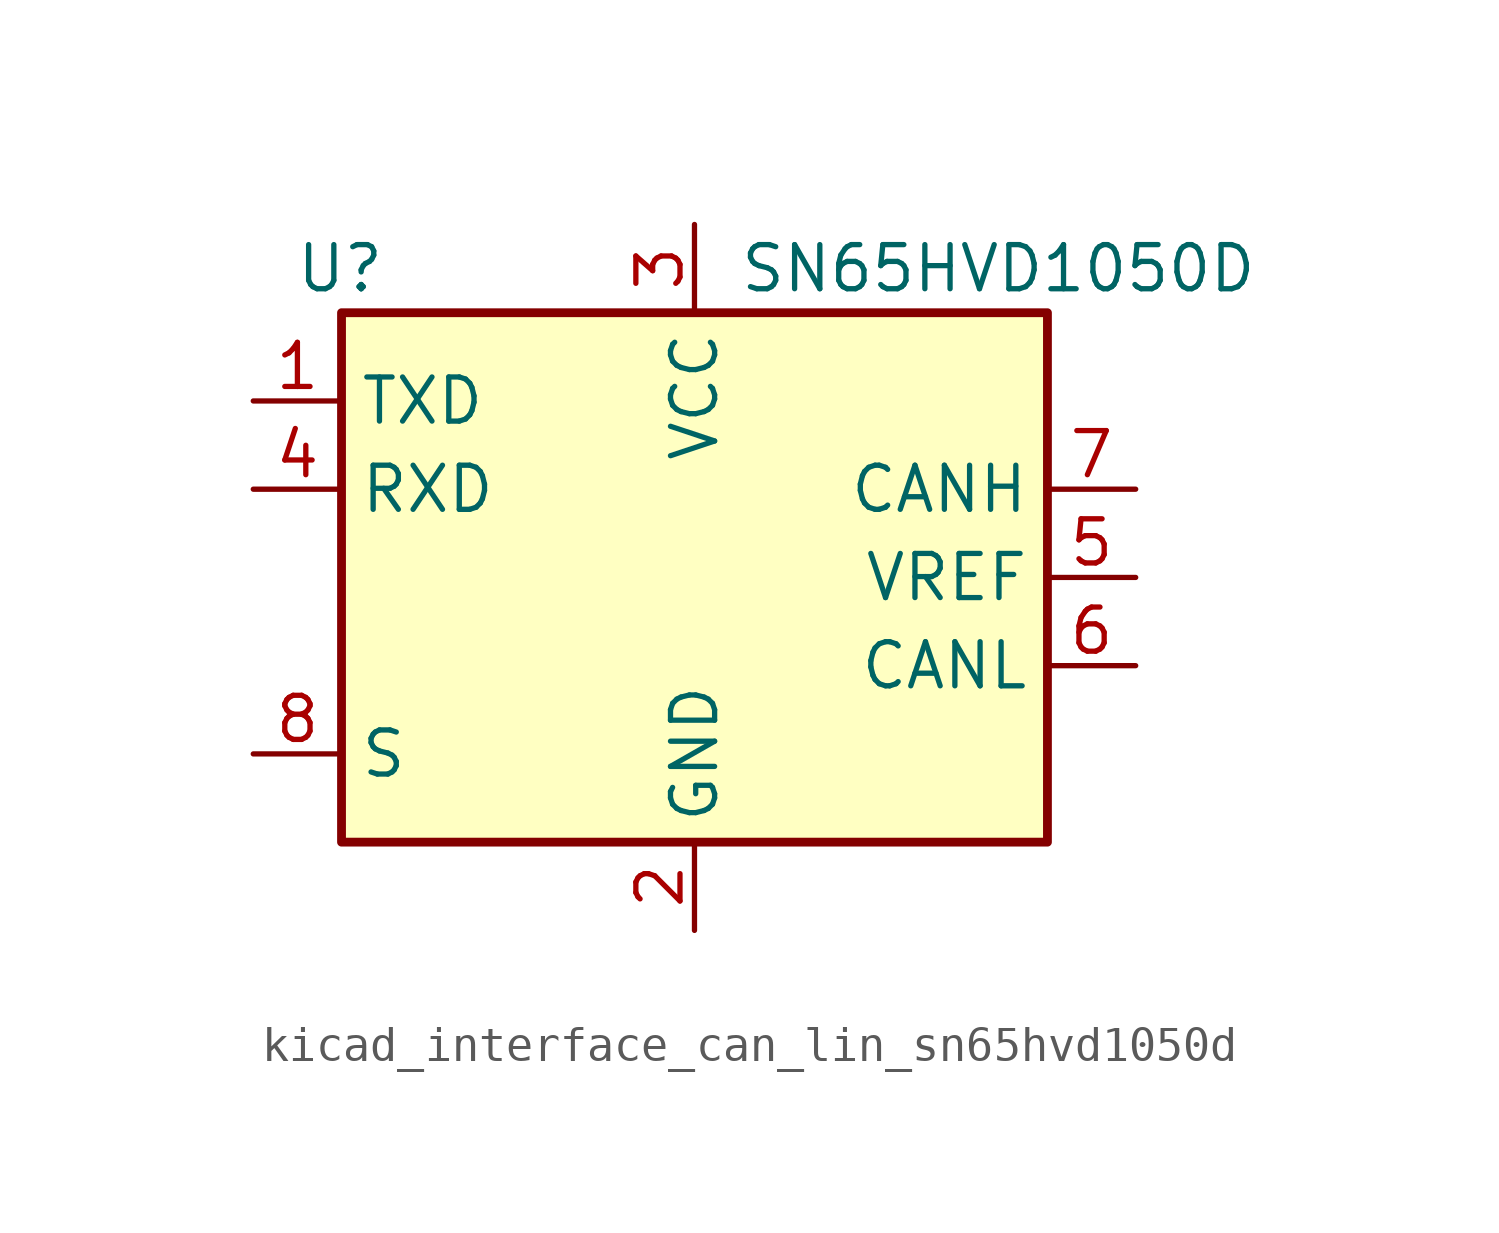
<source format=kicad_sym>
(kicad_symbol_lib
  (version 20220914)
  (generator kicad_symbol_editor)
  (symbol "kicad_interface_can_lin_sn65hvd1050d"
    (property "Reference" "U"
      (at -8.89 8.89 0)
      (effects (font (size 1.27 1.27)) (justify right)))
    (property "Value" "SN65HVD1050D"
      (at 1.27 8.89 0)
      (effects (font (size 1.27 1.27)) (justify left)))
    (symbol "kicad_interface_can_lin_sn65hvd1050d_0_1"
      (rectangle (start -10.16 7.62) (end 10.16 -7.62) (stroke (width 0.254) (type default)) (fill (type background))))
    (symbol "kicad_interface_can_lin_sn65hvd1050d_1_1"
      (pin input line (at -12.7 5.08 0) (length 2.54) (name "TXD" (effects (font (size 1.27 1.27)))) (number "1" (effects (font (size 1.27 1.27)))))
      (pin power_in line (at 0 -10.16 90) (length 2.54) (name "GND" (effects (font (size 1.27 1.27)))) (number "2" (effects (font (size 1.27 1.27)))))
      (pin power_in line (at 0 10.16 270) (length 2.54) (name "VCC" (effects (font (size 1.27 1.27)))) (number "3" (effects (font (size 1.27 1.27)))))
      (pin output line (at -12.7 2.54 0) (length 2.54) (name "RXD" (effects (font (size 1.27 1.27)))) (number "4" (effects (font (size 1.27 1.27)))))
      (pin passive line (at 12.7 0 180) (length 2.54) (name "VREF" (effects (font (size 1.27 1.27)))) (number "5" (effects (font (size 1.27 1.27)))))
      (pin bidirectional line (at 12.7 -2.54 180) (length 2.54) (name "CANL" (effects (font (size 1.27 1.27)))) (number "6" (effects (font (size 1.27 1.27)))))
      (pin bidirectional line (at 12.7 2.54 180) (length 2.54) (name "CANH" (effects (font (size 1.27 1.27)))) (number "7" (effects (font (size 1.27 1.27)))))
      (pin input line (at -12.7 -5.08 0) (length 2.54) (name "S" (effects (font (size 1.27 1.27)))) (number "8" (effects (font (size 1.27 1.27))))))))
</source>
